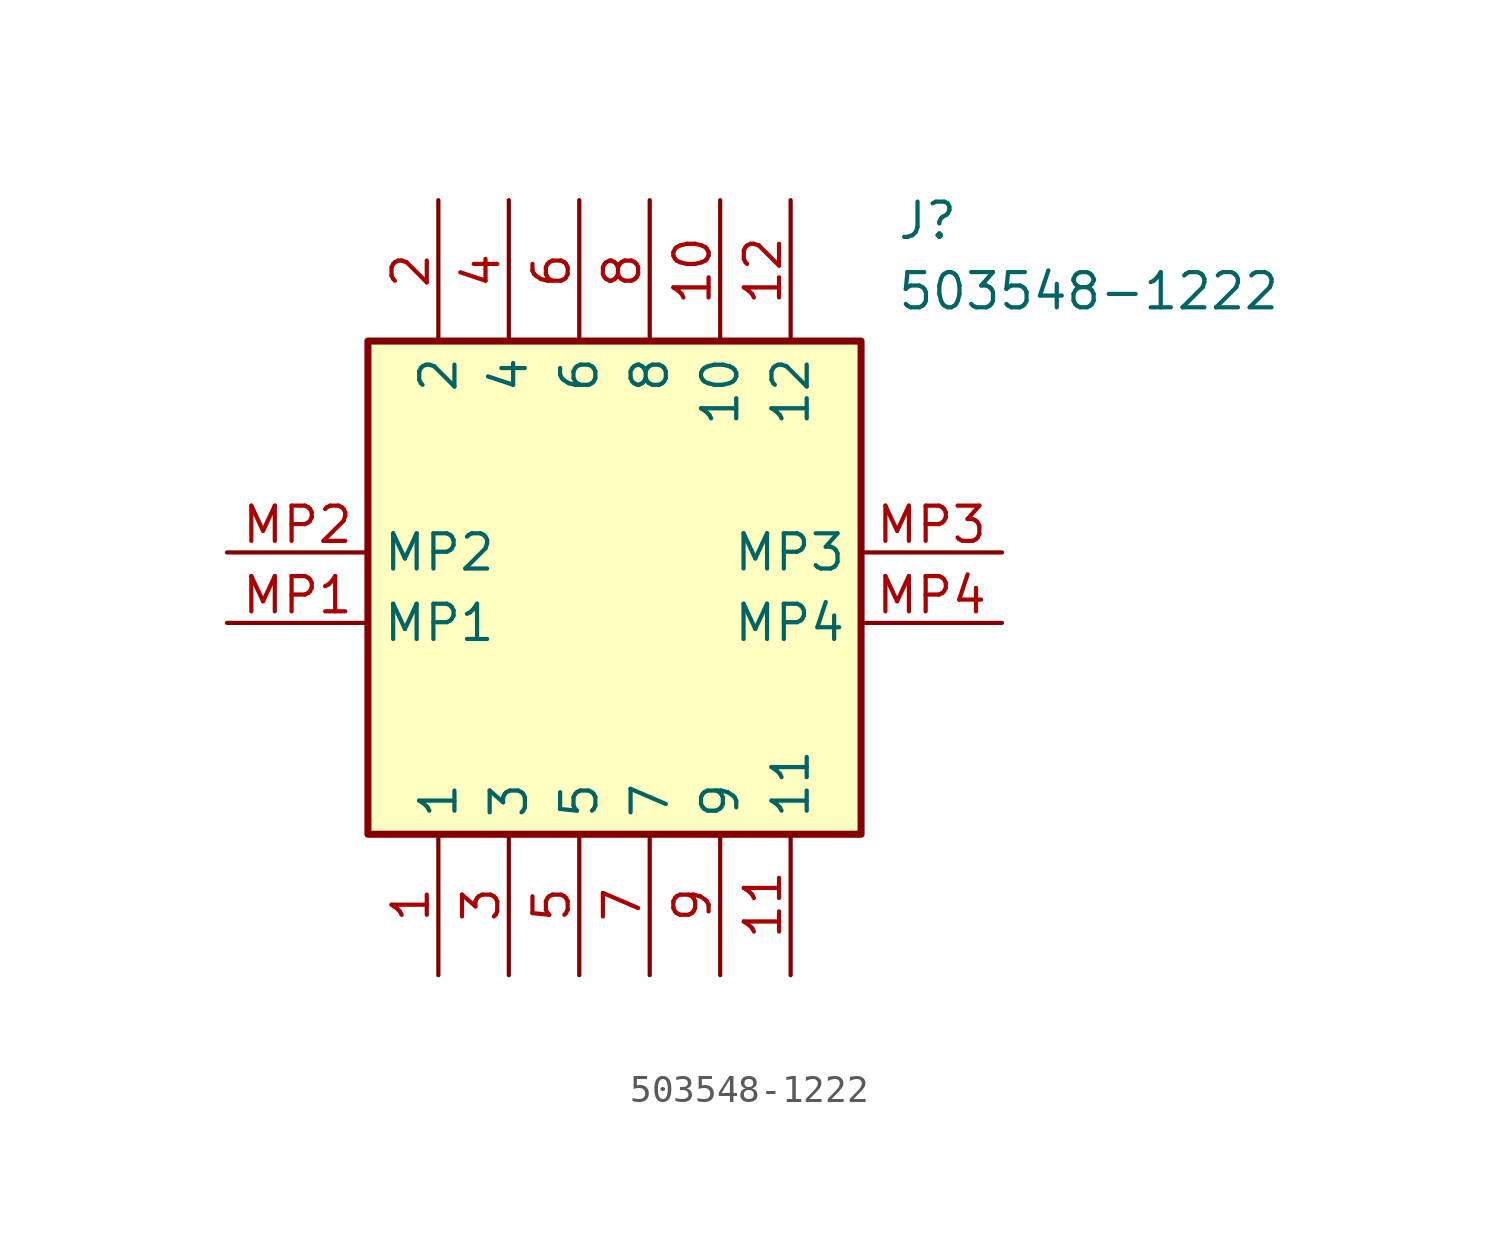
<source format=kicad_sym>
(kicad_symbol_lib
  (version 20211014)
  (generator SamacSys_ECAD_Model)
  (symbol "503548-1222"
    (property "Reference" "J"
      (at 24.13 12.7 0)
      (effects (font (size 1.27 1.27)) (justify left top)))
    (property "Value" "503548-1222"
      (at 24.13 10.16 0)
      (effects (font (size 1.27 1.27)) (justify left top)))
    (rectangle
      (start 5.08 7.62)
      (end 22.86 -10.16)
      (stroke (width 0.254) (type default))
      (fill (type background)))
    (pin passive line
      (at 7.62 -15.24 90)
      (length 5.08)
      (name "1" (effects (font (size 1.27 1.27))))
      (number "1" (effects (font (size 1.27 1.27)))))
    (pin passive line
      (at 7.62 12.7 270)
      (length 5.08)
      (name "2" (effects (font (size 1.27 1.27))))
      (number "2" (effects (font (size 1.27 1.27)))))
    (pin passive line
      (at 10.16 -15.24 90)
      (length 5.08)
      (name "3" (effects (font (size 1.27 1.27))))
      (number "3" (effects (font (size 1.27 1.27)))))
    (pin passive line
      (at 10.16 12.7 270)
      (length 5.08)
      (name "4" (effects (font (size 1.27 1.27))))
      (number "4" (effects (font (size 1.27 1.27)))))
    (pin passive line
      (at 12.7 -15.24 90)
      (length 5.08)
      (name "5" (effects (font (size 1.27 1.27))))
      (number "5" (effects (font (size 1.27 1.27)))))
    (pin passive line
      (at 12.7 12.7 270)
      (length 5.08)
      (name "6" (effects (font (size 1.27 1.27))))
      (number "6" (effects (font (size 1.27 1.27)))))
    (pin passive line
      (at 15.24 -15.24 90)
      (length 5.08)
      (name "7" (effects (font (size 1.27 1.27))))
      (number "7" (effects (font (size 1.27 1.27)))))
    (pin passive line
      (at 15.24 12.7 270)
      (length 5.08)
      (name "8" (effects (font (size 1.27 1.27))))
      (number "8" (effects (font (size 1.27 1.27)))))
    (pin passive line
      (at 17.78 -15.24 90)
      (length 5.08)
      (name "9" (effects (font (size 1.27 1.27))))
      (number "9" (effects (font (size 1.27 1.27)))))
    (pin passive line
      (at 17.78 12.7 270)
      (length 5.08)
      (name "10" (effects (font (size 1.27 1.27))))
      (number "10" (effects (font (size 1.27 1.27)))))
    (pin passive line
      (at 20.32 -15.24 90)
      (length 5.08)
      (name "11" (effects (font (size 1.27 1.27))))
      (number "11" (effects (font (size 1.27 1.27)))))
    (pin passive line
      (at 20.32 12.7 270)
      (length 5.08)
      (name "12" (effects (font (size 1.27 1.27))))
      (number "12" (effects (font (size 1.27 1.27)))))
    (pin passive line
      (at 0 -2.54 0)
      (length 5.08)
      (name "MP1" (effects (font (size 1.27 1.27))))
      (number "MP1" (effects (font (size 1.27 1.27)))))
    (pin passive line
      (at 0 0 0)
      (length 5.08)
      (name "MP2" (effects (font (size 1.27 1.27))))
      (number "MP2" (effects (font (size 1.27 1.27)))))
    (pin passive line
      (at 27.94 0 180)
      (length 5.08)
      (name "MP3" (effects (font (size 1.27 1.27))))
      (number "MP3" (effects (font (size 1.27 1.27)))))
    (pin passive line
      (at 27.94 -2.54 180)
      (length 5.08)
      (name "MP4" (effects (font (size 1.27 1.27))))
      (number "MP4" (effects (font (size 1.27 1.27)))))))
</source>
